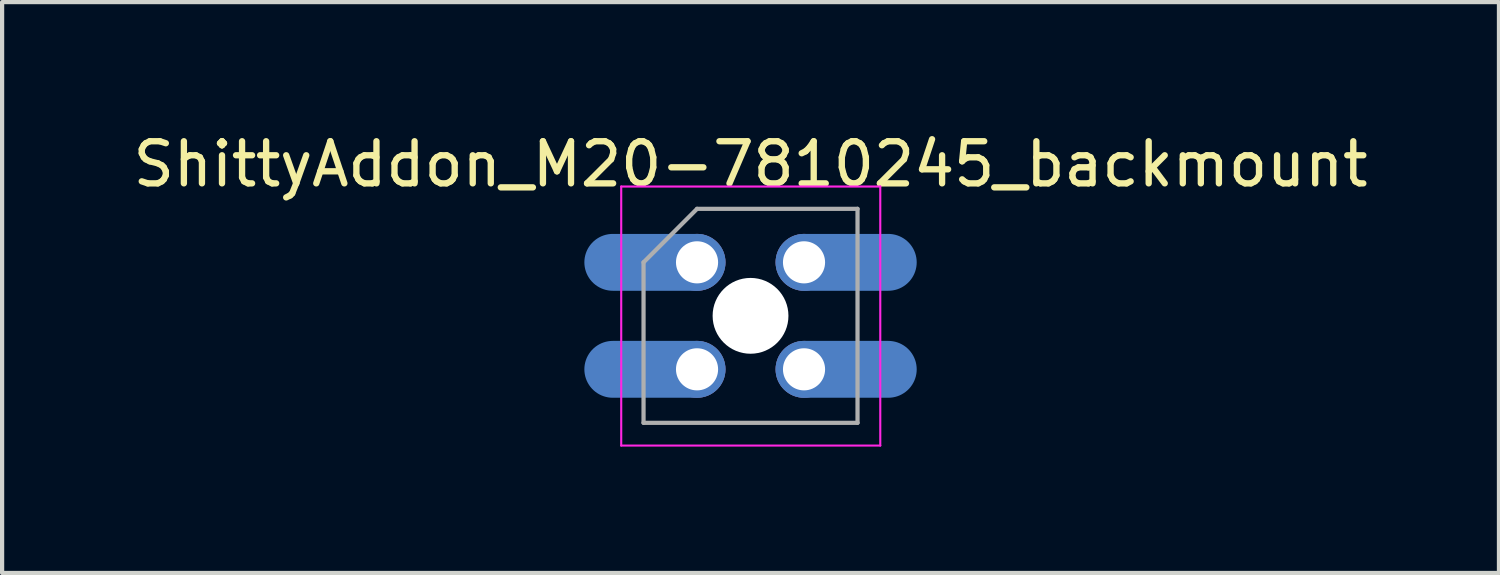
<source format=kicad_pcb>
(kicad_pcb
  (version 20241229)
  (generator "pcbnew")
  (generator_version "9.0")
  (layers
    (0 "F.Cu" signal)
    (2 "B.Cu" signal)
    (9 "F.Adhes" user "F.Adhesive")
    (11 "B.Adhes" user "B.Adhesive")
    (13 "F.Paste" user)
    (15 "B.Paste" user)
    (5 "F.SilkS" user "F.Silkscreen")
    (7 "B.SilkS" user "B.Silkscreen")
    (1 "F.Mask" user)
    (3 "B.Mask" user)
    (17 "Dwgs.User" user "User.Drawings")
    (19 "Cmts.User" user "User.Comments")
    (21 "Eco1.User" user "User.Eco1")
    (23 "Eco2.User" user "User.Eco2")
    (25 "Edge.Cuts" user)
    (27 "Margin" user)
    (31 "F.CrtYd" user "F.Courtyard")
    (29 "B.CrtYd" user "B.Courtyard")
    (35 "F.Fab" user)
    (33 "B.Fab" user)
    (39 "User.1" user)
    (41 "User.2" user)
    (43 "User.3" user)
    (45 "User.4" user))
  (footprint "ShittyAddon_M20-7810245_backmount"
    (layer "F.Cu")
    (at 13.498 3.178)
    (property "Reference" "ShittyAddon_M20-7810245_backmount" (at 1.27 -2.33 0) (layer "F.SilkS") (effects (font (size 1 1) (thickness 0.15))))
    (attr through_hole)
    (fp_line (start -1.8 -1.8) (end -1.8 4.35) (stroke (width 0.05) (type solid)) (layer "F.CrtYd"))
    (fp_line (start -1.8 4.35) (end 4.35 4.35) (stroke (width 0.05) (type solid)) (layer "F.CrtYd"))
    (fp_line (start 4.35 -1.8) (end -1.8 -1.8) (stroke (width 0.05) (type solid)) (layer "F.CrtYd"))
    (fp_line (start 4.35 4.35) (end 4.35 -1.8) (stroke (width 0.05) (type solid)) (layer "F.CrtYd"))
    (fp_line (start -1.27 0) (end 0 -1.27) (stroke (width 0.1) (type solid)) (layer "F.Fab"))
    (fp_line (start -1.27 3.81) (end -1.27 0) (stroke (width 0.1) (type solid)) (layer "F.Fab"))
    (fp_line (start 0 -1.27) (end 3.81 -1.27) (stroke (width 0.1) (type solid)) (layer "F.Fab"))
    (fp_line (start 3.81 -1.27) (end 3.81 3.81) (stroke (width 0.1) (type solid)) (layer "F.Fab"))
    (fp_line (start 3.81 3.81) (end -1.27 3.81) (stroke (width 0.1) (type solid)) (layer "F.Fab"))
    (pad "" np_thru_hole circle (at 1.27 1.27) (size 1.8 1.8) (drill 1.8) (layers "*.Cu" "*.Mask"))
    (pad "1" thru_hole circle (at 0 0) (size 1.35 1.35) (drill 1) (layers "*.Cu" "*.Mask"))
    (pad "1" smd oval (at 0 0) (size 3.35 1.35) (drill (offset -1 0)) (layers "B.Cu" "B.Mask" "B.Paste"))
    (pad "2" thru_hole oval (at 0 2.54) (size 1.35 1.35) (drill 1) (layers "*.Cu" "*.Mask"))
    (pad "2" smd oval (at 0 2.54) (size 3.35 1.35) (drill (offset -1 0)) (layers "B.Cu" "B.Mask" "B.Paste"))
    (pad "3" thru_hole oval (at 2.54 2.54) (size 1.35 1.35) (drill 1) (layers "*.Cu" "*.Mask"))
    (pad "3" smd oval (at 2.54 2.54) (size 3.35 1.35) (drill (offset 1 0)) (layers "B.Cu" "B.Mask" "B.Paste"))
    (pad "4" thru_hole oval (at 2.54 0) (size 1.35 1.35) (drill 1) (layers "*.Cu" "*.Mask"))
    (pad "4" smd oval (at 2.54 0) (size 3.35 1.35) (drill (offset 1 0)) (layers "B.Cu" "B.Mask" "B.Paste")))
  (gr_rect
    (start -3 -3)
    (end 32.536 10.553)
    (stroke (width 0.1) (type default))
    (fill no)
    (layer "Edge.Cuts")))
</source>
